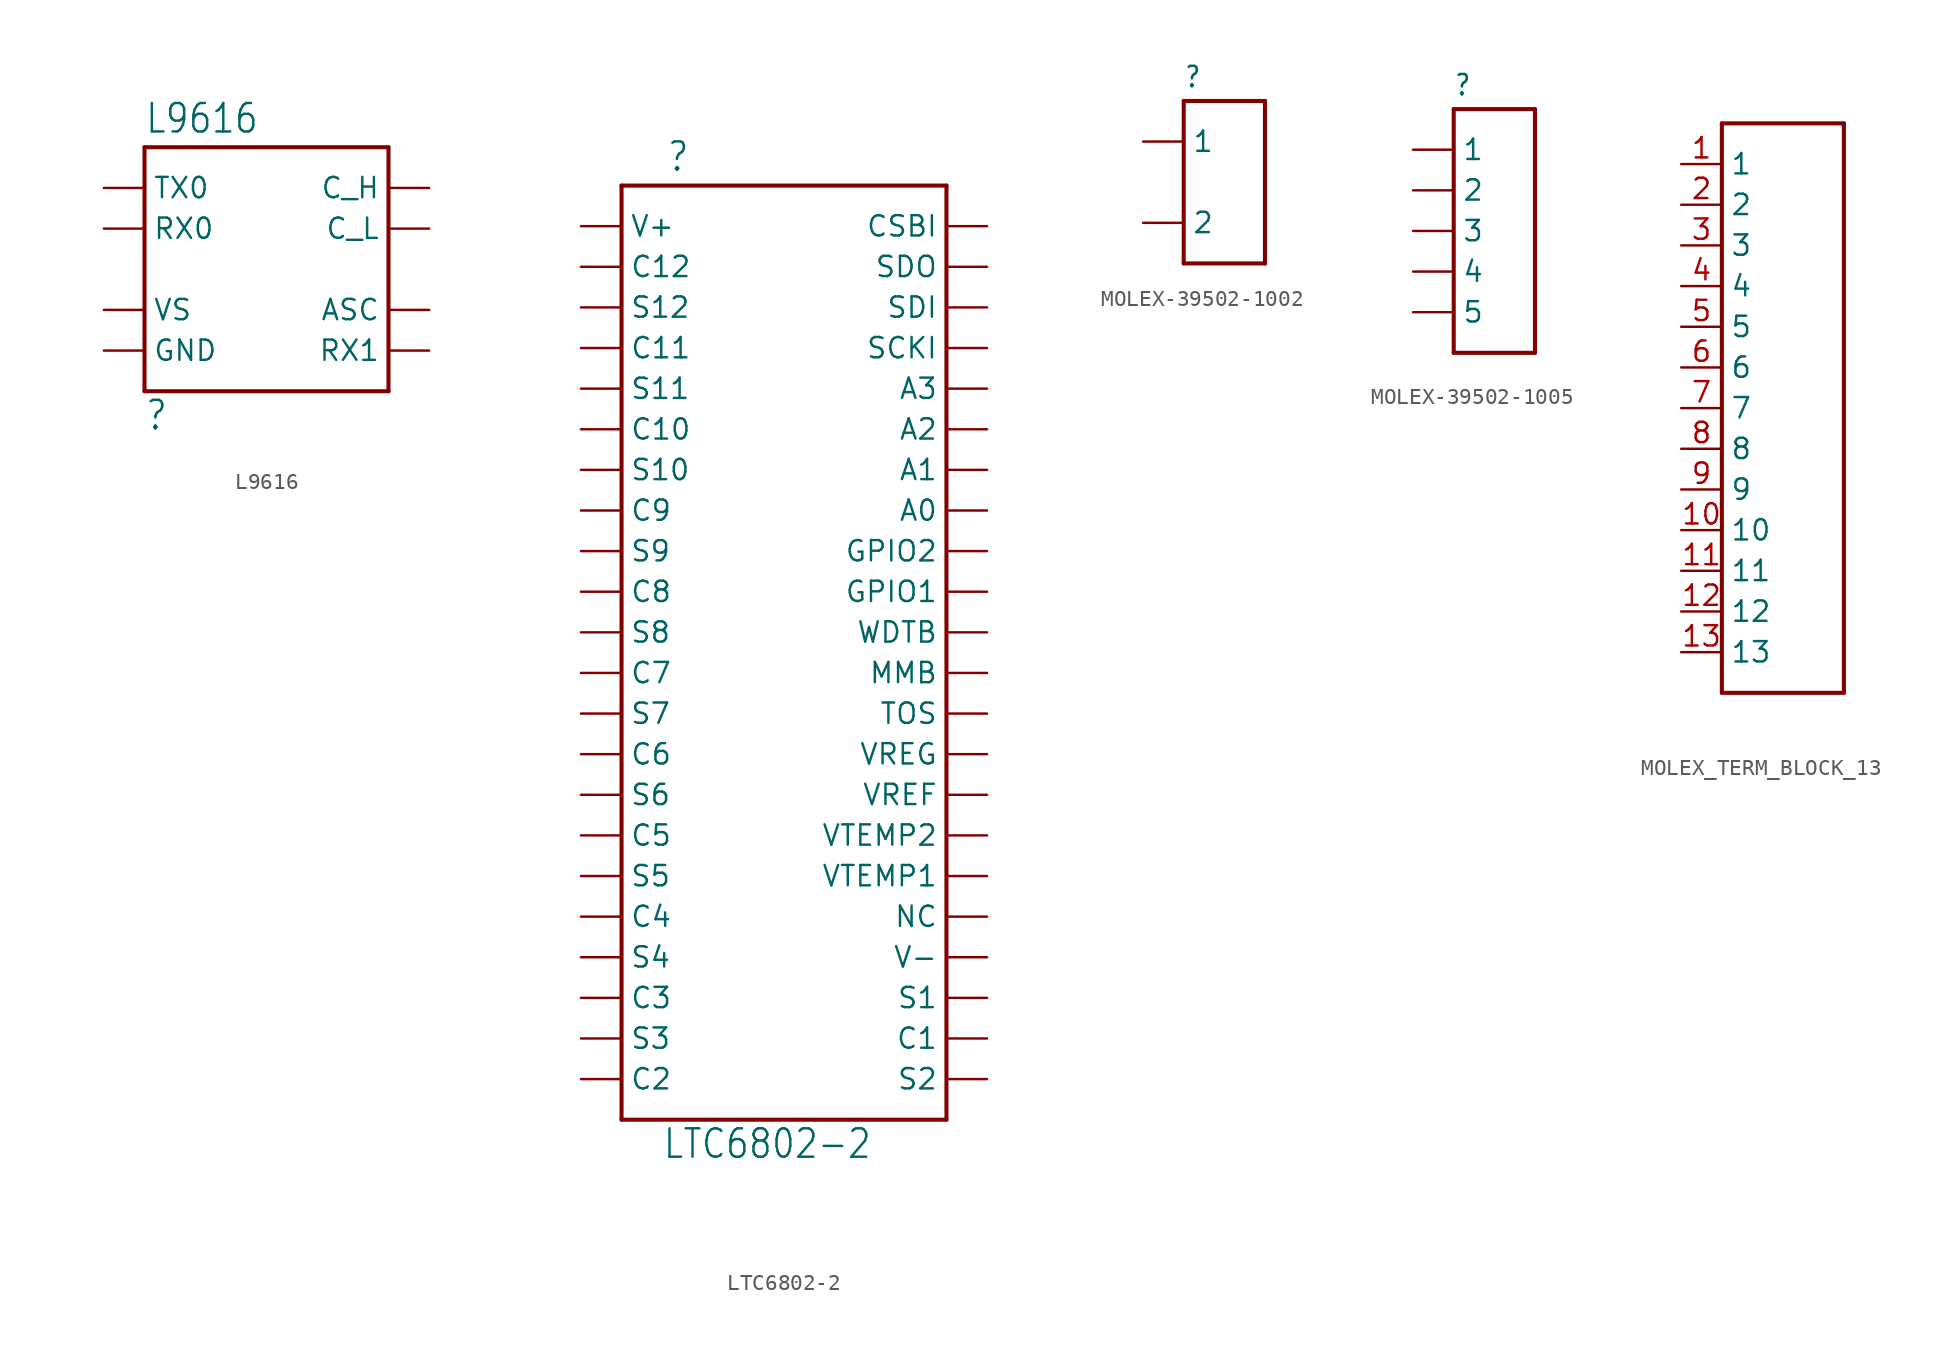
<source format=kicad_sym>
(kicad_symbol_lib
  (version 20211014)
  (generator kicad_symbol_editor)
  (symbol "L9616"
    (property "Reference" ""
      (at -7.62 -10.16 0)
      (effects (font (size 1.778 1.511)) (justify left bottom)))
    (property "Value" "L9616"
      (at -7.62 8.382 0)
      (effects (font (size 1.778 1.511)) (justify left bottom)))
    (property "ki_locked" ""
      (at 0 0 0)
      (effects (font (size 1.27 1.27))))
    (symbol "L9616_1_0"
      (polyline (pts (xy -7.62 -7.62) (xy -7.62 7.62)) (stroke (width 0.254) (type default) (color 0 0 0 0)) (fill (type none)))
      (polyline (pts (xy -7.62 7.62) (xy 7.62 7.62)) (stroke (width 0.254) (type default) (color 0 0 0 0)) (fill (type none)))
      (polyline (pts (xy 7.62 -7.62) (xy -7.62 -7.62)) (stroke (width 0.254) (type default) (color 0 0 0 0)) (fill (type none)))
      (polyline (pts (xy 7.62 7.62) (xy 7.62 -7.62)) (stroke (width 0.254) (type default) (color 0 0 0 0)) (fill (type none)))
      (pin bidirectional line (at -10.16 5.08 0) (length 2.54) (name "TX0" (effects (font (size 1.27 1.27)))) (number "P$1" (effects (font (size 0 0)))))
      (pin bidirectional line (at -10.16 -5.08 0) (length 2.54) (name "GND" (effects (font (size 1.27 1.27)))) (number "P$2" (effects (font (size 0 0)))))
      (pin bidirectional line (at -10.16 -2.54 0) (length 2.54) (name "VS" (effects (font (size 1.27 1.27)))) (number "P$3" (effects (font (size 0 0)))))
      (pin bidirectional line (at -10.16 2.54 0) (length 2.54) (name "RX0" (effects (font (size 1.27 1.27)))) (number "P$4" (effects (font (size 0 0)))))
      (pin bidirectional line (at 10.16 -5.08 180) (length 2.54) (name "RX1" (effects (font (size 1.27 1.27)))) (number "P$5" (effects (font (size 0 0)))))
      (pin bidirectional line (at 10.16 2.54 180) (length 2.54) (name "C_L" (effects (font (size 1.27 1.27)))) (number "P$6" (effects (font (size 0 0)))))
      (pin bidirectional line (at 10.16 5.08 180) (length 2.54) (name "C_H" (effects (font (size 1.27 1.27)))) (number "P$7" (effects (font (size 0 0)))))
      (pin bidirectional line (at 10.16 -2.54 180) (length 2.54) (name "ASC" (effects (font (size 1.27 1.27)))) (number "P$8" (effects (font (size 0 0)))))))
  (symbol "LTC6802-2"
    (property "Reference" ""
      (at -7.366 26.162 0)
      (effects (font (size 1.778 1.511)) (justify left bottom)))
    (property "Value" "LTC6802-2"
      (at -7.62 -35.56 0)
      (effects (font (size 1.778 1.511)) (justify left bottom)))
    (property "ki_locked" ""
      (at 0 0 0)
      (effects (font (size 1.27 1.27))))
    (symbol "LTC6802-2_1_0"
      (polyline (pts (xy -10.16 -33.02) (xy -10.16 25.4)) (stroke (width 0.254) (type default) (color 0 0 0 0)) (fill (type none)))
      (polyline (pts (xy -10.16 25.4) (xy 10.16 25.4)) (stroke (width 0.254) (type default) (color 0 0 0 0)) (fill (type none)))
      (polyline (pts (xy 10.16 -33.02) (xy -10.16 -33.02)) (stroke (width 0.254) (type default) (color 0 0 0 0)) (fill (type none)))
      (polyline (pts (xy 10.16 25.4) (xy 10.16 -33.02)) (stroke (width 0.254) (type default) (color 0 0 0 0)) (fill (type none)))
      (pin bidirectional line (at -12.7 22.86 0) (length 2.54) (name "V+" (effects (font (size 1.27 1.27)))) (number "1" (effects (font (size 0 0)))))
      (pin bidirectional line (at -12.7 0 0) (length 2.54) (name "C8" (effects (font (size 1.27 1.27)))) (number "10" (effects (font (size 0 0)))))
      (pin bidirectional line (at -12.7 -2.54 0) (length 2.54) (name "S8" (effects (font (size 1.27 1.27)))) (number "11" (effects (font (size 0 0)))))
      (pin bidirectional line (at -12.7 -5.08 0) (length 2.54) (name "C7" (effects (font (size 1.27 1.27)))) (number "12" (effects (font (size 0 0)))))
      (pin bidirectional line (at -12.7 -7.62 0) (length 2.54) (name "S7" (effects (font (size 1.27 1.27)))) (number "13" (effects (font (size 0 0)))))
      (pin bidirectional line (at -12.7 -10.16 0) (length 2.54) (name "C6" (effects (font (size 1.27 1.27)))) (number "14" (effects (font (size 0 0)))))
      (pin bidirectional line (at -12.7 -12.7 0) (length 2.54) (name "S6" (effects (font (size 1.27 1.27)))) (number "15" (effects (font (size 0 0)))))
      (pin bidirectional line (at -12.7 -15.24 0) (length 2.54) (name "C5" (effects (font (size 1.27 1.27)))) (number "16" (effects (font (size 0 0)))))
      (pin bidirectional line (at -12.7 -17.78 0) (length 2.54) (name "S5" (effects (font (size 1.27 1.27)))) (number "17" (effects (font (size 0 0)))))
      (pin bidirectional line (at -12.7 -20.32 0) (length 2.54) (name "C4" (effects (font (size 1.27 1.27)))) (number "18" (effects (font (size 0 0)))))
      (pin bidirectional line (at -12.7 -22.86 0) (length 2.54) (name "S4" (effects (font (size 1.27 1.27)))) (number "19" (effects (font (size 0 0)))))
      (pin bidirectional line (at -12.7 20.32 0) (length 2.54) (name "C12" (effects (font (size 1.27 1.27)))) (number "2" (effects (font (size 0 0)))))
      (pin bidirectional line (at -12.7 -25.4 0) (length 2.54) (name "C3" (effects (font (size 1.27 1.27)))) (number "20" (effects (font (size 0 0)))))
      (pin bidirectional line (at -12.7 -27.94 0) (length 2.54) (name "S3" (effects (font (size 1.27 1.27)))) (number "21" (effects (font (size 0 0)))))
      (pin bidirectional line (at -12.7 -30.48 0) (length 2.54) (name "C2" (effects (font (size 1.27 1.27)))) (number "22" (effects (font (size 0 0)))))
      (pin bidirectional line (at 12.7 -30.48 180) (length 2.54) (name "S2" (effects (font (size 1.27 1.27)))) (number "23" (effects (font (size 0 0)))))
      (pin bidirectional line (at 12.7 -27.94 180) (length 2.54) (name "C1" (effects (font (size 1.27 1.27)))) (number "24" (effects (font (size 0 0)))))
      (pin bidirectional line (at 12.7 -25.4 180) (length 2.54) (name "S1" (effects (font (size 1.27 1.27)))) (number "25" (effects (font (size 0 0)))))
      (pin bidirectional line (at 12.7 -22.86 180) (length 2.54) (name "V-" (effects (font (size 1.27 1.27)))) (number "26" (effects (font (size 0 0)))))
      (pin bidirectional line (at 12.7 -20.32 180) (length 2.54) (name "NC" (effects (font (size 1.27 1.27)))) (number "27" (effects (font (size 0 0)))))
      (pin bidirectional line (at 12.7 -17.78 180) (length 2.54) (name "VTEMP1" (effects (font (size 1.27 1.27)))) (number "28" (effects (font (size 0 0)))))
      (pin bidirectional line (at 12.7 -15.24 180) (length 2.54) (name "VTEMP2" (effects (font (size 1.27 1.27)))) (number "29" (effects (font (size 0 0)))))
      (pin bidirectional line (at -12.7 17.78 0) (length 2.54) (name "S12" (effects (font (size 1.27 1.27)))) (number "3" (effects (font (size 0 0)))))
      (pin bidirectional line (at 12.7 -12.7 180) (length 2.54) (name "VREF" (effects (font (size 1.27 1.27)))) (number "30" (effects (font (size 0 0)))))
      (pin bidirectional line (at 12.7 -10.16 180) (length 2.54) (name "VREG" (effects (font (size 1.27 1.27)))) (number "31" (effects (font (size 0 0)))))
      (pin bidirectional line (at 12.7 -7.62 180) (length 2.54) (name "TOS" (effects (font (size 1.27 1.27)))) (number "32" (effects (font (size 0 0)))))
      (pin bidirectional line (at 12.7 -5.08 180) (length 2.54) (name "MMB" (effects (font (size 1.27 1.27)))) (number "33" (effects (font (size 0 0)))))
      (pin bidirectional line (at 12.7 -2.54 180) (length 2.54) (name "WDTB" (effects (font (size 1.27 1.27)))) (number "34" (effects (font (size 0 0)))))
      (pin bidirectional line (at 12.7 0 180) (length 2.54) (name "GPIO1" (effects (font (size 1.27 1.27)))) (number "35" (effects (font (size 0 0)))))
      (pin bidirectional line (at 12.7 2.54 180) (length 2.54) (name "GPIO2" (effects (font (size 1.27 1.27)))) (number "36" (effects (font (size 0 0)))))
      (pin bidirectional line (at 12.7 5.08 180) (length 2.54) (name "A0" (effects (font (size 1.27 1.27)))) (number "37" (effects (font (size 0 0)))))
      (pin bidirectional line (at 12.7 7.62 180) (length 2.54) (name "A1" (effects (font (size 1.27 1.27)))) (number "38" (effects (font (size 0 0)))))
      (pin bidirectional line (at 12.7 10.16 180) (length 2.54) (name "A2" (effects (font (size 1.27 1.27)))) (number "39" (effects (font (size 0 0)))))
      (pin bidirectional line (at -12.7 15.24 0) (length 2.54) (name "C11" (effects (font (size 1.27 1.27)))) (number "4" (effects (font (size 0 0)))))
      (pin bidirectional line (at 12.7 12.7 180) (length 2.54) (name "A3" (effects (font (size 1.27 1.27)))) (number "40" (effects (font (size 0 0)))))
      (pin bidirectional line (at 12.7 15.24 180) (length 2.54) (name "SCKI" (effects (font (size 1.27 1.27)))) (number "41" (effects (font (size 0 0)))))
      (pin bidirectional line (at 12.7 17.78 180) (length 2.54) (name "SDI" (effects (font (size 1.27 1.27)))) (number "42" (effects (font (size 0 0)))))
      (pin bidirectional line (at 12.7 20.32 180) (length 2.54) (name "SDO" (effects (font (size 1.27 1.27)))) (number "43" (effects (font (size 0 0)))))
      (pin bidirectional line (at 12.7 22.86 180) (length 2.54) (name "CSBI" (effects (font (size 1.27 1.27)))) (number "44" (effects (font (size 0 0)))))
      (pin bidirectional line (at -12.7 12.7 0) (length 2.54) (name "S11" (effects (font (size 1.27 1.27)))) (number "5" (effects (font (size 0 0)))))
      (pin bidirectional line (at -12.7 10.16 0) (length 2.54) (name "C10" (effects (font (size 1.27 1.27)))) (number "6" (effects (font (size 0 0)))))
      (pin bidirectional line (at -12.7 7.62 0) (length 2.54) (name "S10" (effects (font (size 1.27 1.27)))) (number "7" (effects (font (size 0 0)))))
      (pin bidirectional line (at -12.7 5.08 0) (length 2.54) (name "C9" (effects (font (size 1.27 1.27)))) (number "8" (effects (font (size 0 0)))))
      (pin bidirectional line (at -12.7 2.54 0) (length 2.54) (name "S9" (effects (font (size 1.27 1.27)))) (number "9" (effects (font (size 0 0)))))))
  (symbol "MOLEX-39502-1002"
    (property "Reference" ""
      (at -2.54 5.842 0)
      (effects (font (size 1.27 1.079)) (justify left bottom)))
    (property "ki_locked" ""
      (at 0 0 0)
      (effects (font (size 1.27 1.27))))
    (symbol "MOLEX-39502-1002_1_0"
      (polyline (pts (xy -2.54 -5.08) (xy 2.54 -5.08)) (stroke (width 0.254) (type default) (color 0 0 0 0)) (fill (type none)))
      (polyline (pts (xy -2.54 5.08) (xy -2.54 -5.08)) (stroke (width 0.254) (type default) (color 0 0 0 0)) (fill (type none)))
      (polyline (pts (xy 2.54 -5.08) (xy 2.54 5.08)) (stroke (width 0.254) (type default) (color 0 0 0 0)) (fill (type none)))
      (polyline (pts (xy 2.54 5.08) (xy -2.54 5.08)) (stroke (width 0.254) (type default) (color 0 0 0 0)) (fill (type none)))
      (pin bidirectional line (at -5.08 2.54 0) (length 2.54) (name "1" (effects (font (size 1.27 1.27)))) (number "1" (effects (font (size 0 0)))))
      (pin bidirectional line (at -5.08 -2.54 0) (length 2.54) (name "2" (effects (font (size 1.27 1.27)))) (number "2" (effects (font (size 0 0)))))))
  (symbol "MOLEX-39502-1005"
    (property "Reference" ""
      (at -2.54 8.382 0)
      (effects (font (size 1.27 1.079)) (justify left bottom)))
    (property "ki_locked" ""
      (at 0 0 0)
      (effects (font (size 1.27 1.27))))
    (symbol "MOLEX-39502-1005_1_0"
      (polyline (pts (xy -2.54 -7.62) (xy -2.54 7.62)) (stroke (width 0.254) (type default) (color 0 0 0 0)) (fill (type none)))
      (polyline (pts (xy -2.54 7.62) (xy 2.54 7.62)) (stroke (width 0.254) (type default) (color 0 0 0 0)) (fill (type none)))
      (polyline (pts (xy 2.54 -7.62) (xy -2.54 -7.62)) (stroke (width 0.254) (type default) (color 0 0 0 0)) (fill (type none)))
      (polyline (pts (xy 2.54 7.62) (xy 2.54 -7.62)) (stroke (width 0.254) (type default) (color 0 0 0 0)) (fill (type none)))
      (pin bidirectional line (at -5.08 5.08 0) (length 2.54) (name "1" (effects (font (size 1.27 1.27)))) (number "1" (effects (font (size 0 0)))))
      (pin bidirectional line (at -5.08 2.54 0) (length 2.54) (name "2" (effects (font (size 1.27 1.27)))) (number "2" (effects (font (size 0 0)))))
      (pin bidirectional line (at -5.08 0 0) (length 2.54) (name "3" (effects (font (size 1.27 1.27)))) (number "3" (effects (font (size 0 0)))))
      (pin bidirectional line (at -5.08 -2.54 0) (length 2.54) (name "4" (effects (font (size 1.27 1.27)))) (number "4" (effects (font (size 0 0)))))
      (pin bidirectional line (at -5.08 -5.08 0) (length 2.54) (name "5" (effects (font (size 1.27 1.27)))) (number "5" (effects (font (size 0 0)))))))
  (symbol "MOLEX_TERM_BLOCK_13"
    (property "Reference" ""
      (at 0 0 0)
      (effects (font (size 1.27 1.27)) hide))
    (property "ki_locked" ""
      (at 0 0 0)
      (effects (font (size 1.27 1.27))))
    (symbol "MOLEX_TERM_BLOCK_13_1_0"
      (polyline (pts (xy -2.54 -17.78) (xy -2.54 17.78)) (stroke (width 0.254) (type default) (color 0 0 0 0)) (fill (type none)))
      (polyline (pts (xy -2.54 17.78) (xy 5.08 17.78)) (stroke (width 0.254) (type default) (color 0 0 0 0)) (fill (type none)))
      (polyline (pts (xy 5.08 -17.78) (xy -2.54 -17.78)) (stroke (width 0.254) (type default) (color 0 0 0 0)) (fill (type none)))
      (polyline (pts (xy 5.08 17.78) (xy 5.08 -17.78)) (stroke (width 0.254) (type default) (color 0 0 0 0)) (fill (type none)))
      (pin bidirectional line (at -5.08 15.24 0) (length 2.54) (name "1" (effects (font (size 1.27 1.27)))) (number "1" (effects (font (size 1.27 1.27)))))
      (pin bidirectional line (at -5.08 -7.62 0) (length 2.54) (name "10" (effects (font (size 1.27 1.27)))) (number "10" (effects (font (size 1.27 1.27)))))
      (pin bidirectional line (at -5.08 -10.16 0) (length 2.54) (name "11" (effects (font (size 1.27 1.27)))) (number "11" (effects (font (size 1.27 1.27)))))
      (pin bidirectional line (at -5.08 -12.7 0) (length 2.54) (name "12" (effects (font (size 1.27 1.27)))) (number "12" (effects (font (size 1.27 1.27)))))
      (pin bidirectional line (at -5.08 -15.24 0) (length 2.54) (name "13" (effects (font (size 1.27 1.27)))) (number "13" (effects (font (size 1.27 1.27)))))
      (pin bidirectional line (at -5.08 12.7 0) (length 2.54) (name "2" (effects (font (size 1.27 1.27)))) (number "2" (effects (font (size 1.27 1.27)))))
      (pin bidirectional line (at -5.08 10.16 0) (length 2.54) (name "3" (effects (font (size 1.27 1.27)))) (number "3" (effects (font (size 1.27 1.27)))))
      (pin bidirectional line (at -5.08 7.62 0) (length 2.54) (name "4" (effects (font (size 1.27 1.27)))) (number "4" (effects (font (size 1.27 1.27)))))
      (pin bidirectional line (at -5.08 5.08 0) (length 2.54) (name "5" (effects (font (size 1.27 1.27)))) (number "5" (effects (font (size 1.27 1.27)))))
      (pin bidirectional line (at -5.08 2.54 0) (length 2.54) (name "6" (effects (font (size 1.27 1.27)))) (number "6" (effects (font (size 1.27 1.27)))))
      (pin bidirectional line (at -5.08 0 0) (length 2.54) (name "7" (effects (font (size 1.27 1.27)))) (number "7" (effects (font (size 1.27 1.27)))))
      (pin bidirectional line (at -5.08 -2.54 0) (length 2.54) (name "8" (effects (font (size 1.27 1.27)))) (number "8" (effects (font (size 1.27 1.27)))))
      (pin bidirectional line (at -5.08 -5.08 0) (length 2.54) (name "9" (effects (font (size 1.27 1.27)))) (number "9" (effects (font (size 1.27 1.27))))))))
</source>
